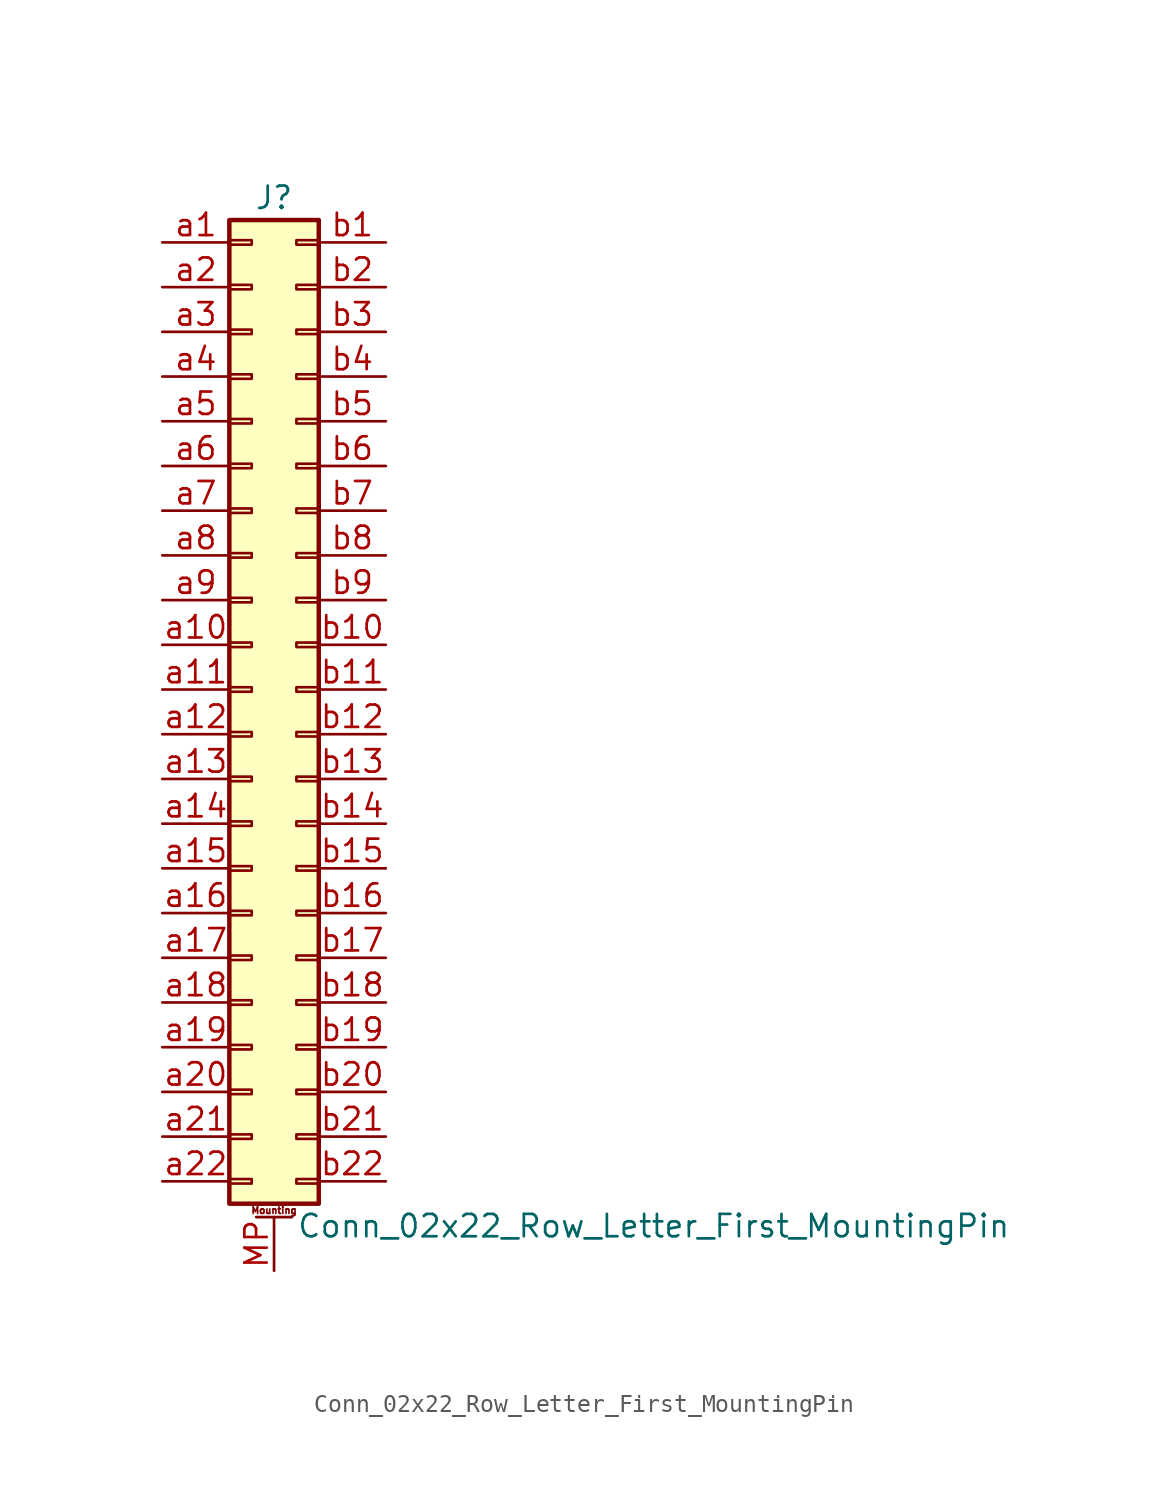
<source format=kicad_sym>
(kicad_symbol_lib
  (version 20211014)
  (generator kicad_symbol_editor)
  (symbol "Conn_02x22_Row_Letter_First_MountingPin"
    (pin_names
      (offset 1.016) hide)
    (property "Reference" "J"
      (at 1.27 27.94 0)
      (effects (font (size 1.27 1.27))))
    (property "Value" "Conn_02x22_Row_Letter_First_MountingPin"
      (at 2.54 -30.48 0)
      (effects (font (size 1.27 1.27)) (justify left)))
    (symbol "Conn_02x22_Row_Letter_First_MountingPin_1_1"
      (rectangle (start -1.27 -27.813) (end 0 -28.067) (stroke (width 0.152) (type default) (color 0 0 0 0)) (fill (type none)))
      (rectangle (start -1.27 -25.273) (end 0 -25.527) (stroke (width 0.152) (type default) (color 0 0 0 0)) (fill (type none)))
      (rectangle (start -1.27 -22.733) (end 0 -22.987) (stroke (width 0.152) (type default) (color 0 0 0 0)) (fill (type none)))
      (rectangle (start -1.27 -20.193) (end 0 -20.447) (stroke (width 0.152) (type default) (color 0 0 0 0)) (fill (type none)))
      (rectangle (start -1.27 -17.653) (end 0 -17.907) (stroke (width 0.152) (type default) (color 0 0 0 0)) (fill (type none)))
      (rectangle (start -1.27 -15.113) (end 0 -15.367) (stroke (width 0.152) (type default) (color 0 0 0 0)) (fill (type none)))
      (rectangle (start -1.27 -12.573) (end 0 -12.827) (stroke (width 0.152) (type default) (color 0 0 0 0)) (fill (type none)))
      (rectangle (start -1.27 -10.033) (end 0 -10.287) (stroke (width 0.152) (type default) (color 0 0 0 0)) (fill (type none)))
      (rectangle (start -1.27 -7.493) (end 0 -7.747) (stroke (width 0.152) (type default) (color 0 0 0 0)) (fill (type none)))
      (rectangle (start -1.27 -4.953) (end 0 -5.207) (stroke (width 0.152) (type default) (color 0 0 0 0)) (fill (type none)))
      (rectangle (start -1.27 -2.413) (end 0 -2.667) (stroke (width 0.152) (type default) (color 0 0 0 0)) (fill (type none)))
      (rectangle (start -1.27 0.127) (end 0 -0.127) (stroke (width 0.152) (type default) (color 0 0 0 0)) (fill (type none)))
      (rectangle (start -1.27 2.667) (end 0 2.413) (stroke (width 0.152) (type default) (color 0 0 0 0)) (fill (type none)))
      (rectangle (start -1.27 5.207) (end 0 4.953) (stroke (width 0.152) (type default) (color 0 0 0 0)) (fill (type none)))
      (rectangle (start -1.27 7.747) (end 0 7.493) (stroke (width 0.152) (type default) (color 0 0 0 0)) (fill (type none)))
      (rectangle (start -1.27 10.287) (end 0 10.033) (stroke (width 0.152) (type default) (color 0 0 0 0)) (fill (type none)))
      (rectangle (start -1.27 12.827) (end 0 12.573) (stroke (width 0.152) (type default) (color 0 0 0 0)) (fill (type none)))
      (rectangle (start -1.27 15.367) (end 0 15.113) (stroke (width 0.152) (type default) (color 0 0 0 0)) (fill (type none)))
      (rectangle (start -1.27 17.907) (end 0 17.653) (stroke (width 0.152) (type default) (color 0 0 0 0)) (fill (type none)))
      (rectangle (start -1.27 20.447) (end 0 20.193) (stroke (width 0.152) (type default) (color 0 0 0 0)) (fill (type none)))
      (rectangle (start -1.27 22.987) (end 0 22.733) (stroke (width 0.152) (type default) (color 0 0 0 0)) (fill (type none)))
      (rectangle (start -1.27 25.527) (end 0 25.273) (stroke (width 0.152) (type default) (color 0 0 0 0)) (fill (type none)))
      (rectangle (start -1.27 26.67) (end 3.81 -29.21) (stroke (width 0.254) (type default) (color 0 0 0 0)) (fill (type background)))
      (polyline (pts (xy 0.254 -29.972) (xy 2.286 -29.972)) (stroke (width 0.152) (type default) (color 0 0 0 0)) (fill (type none)))
      (rectangle (start 3.81 -27.813) (end 2.54 -28.067) (stroke (width 0.152) (type default) (color 0 0 0 0)) (fill (type none)))
      (rectangle (start 3.81 -25.273) (end 2.54 -25.527) (stroke (width 0.152) (type default) (color 0 0 0 0)) (fill (type none)))
      (rectangle (start 3.81 -22.733) (end 2.54 -22.987) (stroke (width 0.152) (type default) (color 0 0 0 0)) (fill (type none)))
      (rectangle (start 3.81 -20.193) (end 2.54 -20.447) (stroke (width 0.152) (type default) (color 0 0 0 0)) (fill (type none)))
      (rectangle (start 3.81 -17.653) (end 2.54 -17.907) (stroke (width 0.152) (type default) (color 0 0 0 0)) (fill (type none)))
      (rectangle (start 3.81 -15.113) (end 2.54 -15.367) (stroke (width 0.152) (type default) (color 0 0 0 0)) (fill (type none)))
      (rectangle (start 3.81 -12.573) (end 2.54 -12.827) (stroke (width 0.152) (type default) (color 0 0 0 0)) (fill (type none)))
      (rectangle (start 3.81 -10.033) (end 2.54 -10.287) (stroke (width 0.152) (type default) (color 0 0 0 0)) (fill (type none)))
      (rectangle (start 3.81 -7.493) (end 2.54 -7.747) (stroke (width 0.152) (type default) (color 0 0 0 0)) (fill (type none)))
      (rectangle (start 3.81 -4.953) (end 2.54 -5.207) (stroke (width 0.152) (type default) (color 0 0 0 0)) (fill (type none)))
      (rectangle (start 3.81 -2.413) (end 2.54 -2.667) (stroke (width 0.152) (type default) (color 0 0 0 0)) (fill (type none)))
      (rectangle (start 3.81 0.127) (end 2.54 -0.127) (stroke (width 0.152) (type default) (color 0 0 0 0)) (fill (type none)))
      (rectangle (start 3.81 2.667) (end 2.54 2.413) (stroke (width 0.152) (type default) (color 0 0 0 0)) (fill (type none)))
      (rectangle (start 3.81 5.207) (end 2.54 4.953) (stroke (width 0.152) (type default) (color 0 0 0 0)) (fill (type none)))
      (rectangle (start 3.81 7.747) (end 2.54 7.493) (stroke (width 0.152) (type default) (color 0 0 0 0)) (fill (type none)))
      (rectangle (start 3.81 10.287) (end 2.54 10.033) (stroke (width 0.152) (type default) (color 0 0 0 0)) (fill (type none)))
      (rectangle (start 3.81 12.827) (end 2.54 12.573) (stroke (width 0.152) (type default) (color 0 0 0 0)) (fill (type none)))
      (rectangle (start 3.81 15.367) (end 2.54 15.113) (stroke (width 0.152) (type default) (color 0 0 0 0)) (fill (type none)))
      (rectangle (start 3.81 17.907) (end 2.54 17.653) (stroke (width 0.152) (type default) (color 0 0 0 0)) (fill (type none)))
      (rectangle (start 3.81 20.447) (end 2.54 20.193) (stroke (width 0.152) (type default) (color 0 0 0 0)) (fill (type none)))
      (rectangle (start 3.81 22.987) (end 2.54 22.733) (stroke (width 0.152) (type default) (color 0 0 0 0)) (fill (type none)))
      (rectangle (start 3.81 25.527) (end 2.54 25.273) (stroke (width 0.152) (type default) (color 0 0 0 0)) (fill (type none)))
      (text "Mounting" (at 1.27 -29.591 0) (effects (font (size 0.381 0.381))))
      (pin passive line (at 1.27 -33.02 90) (length 3.048) (name "MountPin" (effects (font (size 1.27 1.27)))) (number "MP" (effects (font (size 1.27 1.27)))))
      (pin passive line (at -5.08 25.4 0) (length 3.81) (name "Pin_a1" (effects (font (size 1.27 1.27)))) (number "a1" (effects (font (size 1.27 1.27)))))
      (pin passive line (at -5.08 2.54 0) (length 3.81) (name "Pin_a10" (effects (font (size 1.27 1.27)))) (number "a10" (effects (font (size 1.27 1.27)))))
      (pin passive line (at -5.08 0 0) (length 3.81) (name "Pin_a11" (effects (font (size 1.27 1.27)))) (number "a11" (effects (font (size 1.27 1.27)))))
      (pin passive line (at -5.08 -2.54 0) (length 3.81) (name "Pin_a12" (effects (font (size 1.27 1.27)))) (number "a12" (effects (font (size 1.27 1.27)))))
      (pin passive line (at -5.08 -5.08 0) (length 3.81) (name "Pin_a13" (effects (font (size 1.27 1.27)))) (number "a13" (effects (font (size 1.27 1.27)))))
      (pin passive line (at -5.08 -7.62 0) (length 3.81) (name "Pin_a14" (effects (font (size 1.27 1.27)))) (number "a14" (effects (font (size 1.27 1.27)))))
      (pin passive line (at -5.08 -10.16 0) (length 3.81) (name "Pin_a15" (effects (font (size 1.27 1.27)))) (number "a15" (effects (font (size 1.27 1.27)))))
      (pin passive line (at -5.08 -12.7 0) (length 3.81) (name "Pin_a16" (effects (font (size 1.27 1.27)))) (number "a16" (effects (font (size 1.27 1.27)))))
      (pin passive line (at -5.08 -15.24 0) (length 3.81) (name "Pin_a17" (effects (font (size 1.27 1.27)))) (number "a17" (effects (font (size 1.27 1.27)))))
      (pin passive line (at -5.08 -17.78 0) (length 3.81) (name "Pin_a18" (effects (font (size 1.27 1.27)))) (number "a18" (effects (font (size 1.27 1.27)))))
      (pin passive line (at -5.08 -20.32 0) (length 3.81) (name "Pin_a19" (effects (font (size 1.27 1.27)))) (number "a19" (effects (font (size 1.27 1.27)))))
      (pin passive line (at -5.08 22.86 0) (length 3.81) (name "Pin_a2" (effects (font (size 1.27 1.27)))) (number "a2" (effects (font (size 1.27 1.27)))))
      (pin passive line (at -5.08 -22.86 0) (length 3.81) (name "Pin_a20" (effects (font (size 1.27 1.27)))) (number "a20" (effects (font (size 1.27 1.27)))))
      (pin passive line (at -5.08 -25.4 0) (length 3.81) (name "Pin_a21" (effects (font (size 1.27 1.27)))) (number "a21" (effects (font (size 1.27 1.27)))))
      (pin passive line (at -5.08 -27.94 0) (length 3.81) (name "Pin_a22" (effects (font (size 1.27 1.27)))) (number "a22" (effects (font (size 1.27 1.27)))))
      (pin passive line (at -5.08 20.32 0) (length 3.81) (name "Pin_a3" (effects (font (size 1.27 1.27)))) (number "a3" (effects (font (size 1.27 1.27)))))
      (pin passive line (at -5.08 17.78 0) (length 3.81) (name "Pin_a4" (effects (font (size 1.27 1.27)))) (number "a4" (effects (font (size 1.27 1.27)))))
      (pin passive line (at -5.08 15.24 0) (length 3.81) (name "Pin_a5" (effects (font (size 1.27 1.27)))) (number "a5" (effects (font (size 1.27 1.27)))))
      (pin passive line (at -5.08 12.7 0) (length 3.81) (name "Pin_a6" (effects (font (size 1.27 1.27)))) (number "a6" (effects (font (size 1.27 1.27)))))
      (pin passive line (at -5.08 10.16 0) (length 3.81) (name "Pin_a7" (effects (font (size 1.27 1.27)))) (number "a7" (effects (font (size 1.27 1.27)))))
      (pin passive line (at -5.08 7.62 0) (length 3.81) (name "Pin_a8" (effects (font (size 1.27 1.27)))) (number "a8" (effects (font (size 1.27 1.27)))))
      (pin passive line (at -5.08 5.08 0) (length 3.81) (name "Pin_a9" (effects (font (size 1.27 1.27)))) (number "a9" (effects (font (size 1.27 1.27)))))
      (pin passive line (at 7.62 25.4 180) (length 3.81) (name "Pin_b1" (effects (font (size 1.27 1.27)))) (number "b1" (effects (font (size 1.27 1.27)))))
      (pin passive line (at 7.62 2.54 180) (length 3.81) (name "Pin_b10" (effects (font (size 1.27 1.27)))) (number "b10" (effects (font (size 1.27 1.27)))))
      (pin passive line (at 7.62 0 180) (length 3.81) (name "Pin_b11" (effects (font (size 1.27 1.27)))) (number "b11" (effects (font (size 1.27 1.27)))))
      (pin passive line (at 7.62 -2.54 180) (length 3.81) (name "Pin_b12" (effects (font (size 1.27 1.27)))) (number "b12" (effects (font (size 1.27 1.27)))))
      (pin passive line (at 7.62 -5.08 180) (length 3.81) (name "Pin_b13" (effects (font (size 1.27 1.27)))) (number "b13" (effects (font (size 1.27 1.27)))))
      (pin passive line (at 7.62 -7.62 180) (length 3.81) (name "Pin_b14" (effects (font (size 1.27 1.27)))) (number "b14" (effects (font (size 1.27 1.27)))))
      (pin passive line (at 7.62 -10.16 180) (length 3.81) (name "Pin_b15" (effects (font (size 1.27 1.27)))) (number "b15" (effects (font (size 1.27 1.27)))))
      (pin passive line (at 7.62 -12.7 180) (length 3.81) (name "Pin_b16" (effects (font (size 1.27 1.27)))) (number "b16" (effects (font (size 1.27 1.27)))))
      (pin passive line (at 7.62 -15.24 180) (length 3.81) (name "Pin_b17" (effects (font (size 1.27 1.27)))) (number "b17" (effects (font (size 1.27 1.27)))))
      (pin passive line (at 7.62 -17.78 180) (length 3.81) (name "Pin_b18" (effects (font (size 1.27 1.27)))) (number "b18" (effects (font (size 1.27 1.27)))))
      (pin passive line (at 7.62 -20.32 180) (length 3.81) (name "Pin_b19" (effects (font (size 1.27 1.27)))) (number "b19" (effects (font (size 1.27 1.27)))))
      (pin passive line (at 7.62 22.86 180) (length 3.81) (name "Pin_b2" (effects (font (size 1.27 1.27)))) (number "b2" (effects (font (size 1.27 1.27)))))
      (pin passive line (at 7.62 -22.86 180) (length 3.81) (name "Pin_b20" (effects (font (size 1.27 1.27)))) (number "b20" (effects (font (size 1.27 1.27)))))
      (pin passive line (at 7.62 -25.4 180) (length 3.81) (name "Pin_b21" (effects (font (size 1.27 1.27)))) (number "b21" (effects (font (size 1.27 1.27)))))
      (pin passive line (at 7.62 -27.94 180) (length 3.81) (name "Pin_b22" (effects (font (size 1.27 1.27)))) (number "b22" (effects (font (size 1.27 1.27)))))
      (pin passive line (at 7.62 20.32 180) (length 3.81) (name "Pin_b3" (effects (font (size 1.27 1.27)))) (number "b3" (effects (font (size 1.27 1.27)))))
      (pin passive line (at 7.62 17.78 180) (length 3.81) (name "Pin_b4" (effects (font (size 1.27 1.27)))) (number "b4" (effects (font (size 1.27 1.27)))))
      (pin passive line (at 7.62 15.24 180) (length 3.81) (name "Pin_b5" (effects (font (size 1.27 1.27)))) (number "b5" (effects (font (size 1.27 1.27)))))
      (pin passive line (at 7.62 12.7 180) (length 3.81) (name "Pin_b6" (effects (font (size 1.27 1.27)))) (number "b6" (effects (font (size 1.27 1.27)))))
      (pin passive line (at 7.62 10.16 180) (length 3.81) (name "Pin_b7" (effects (font (size 1.27 1.27)))) (number "b7" (effects (font (size 1.27 1.27)))))
      (pin passive line (at 7.62 7.62 180) (length 3.81) (name "Pin_b8" (effects (font (size 1.27 1.27)))) (number "b8" (effects (font (size 1.27 1.27)))))
      (pin passive line (at 7.62 5.08 180) (length 3.81) (name "Pin_b9" (effects (font (size 1.27 1.27)))) (number "b9" (effects (font (size 1.27 1.27))))))))
</source>
